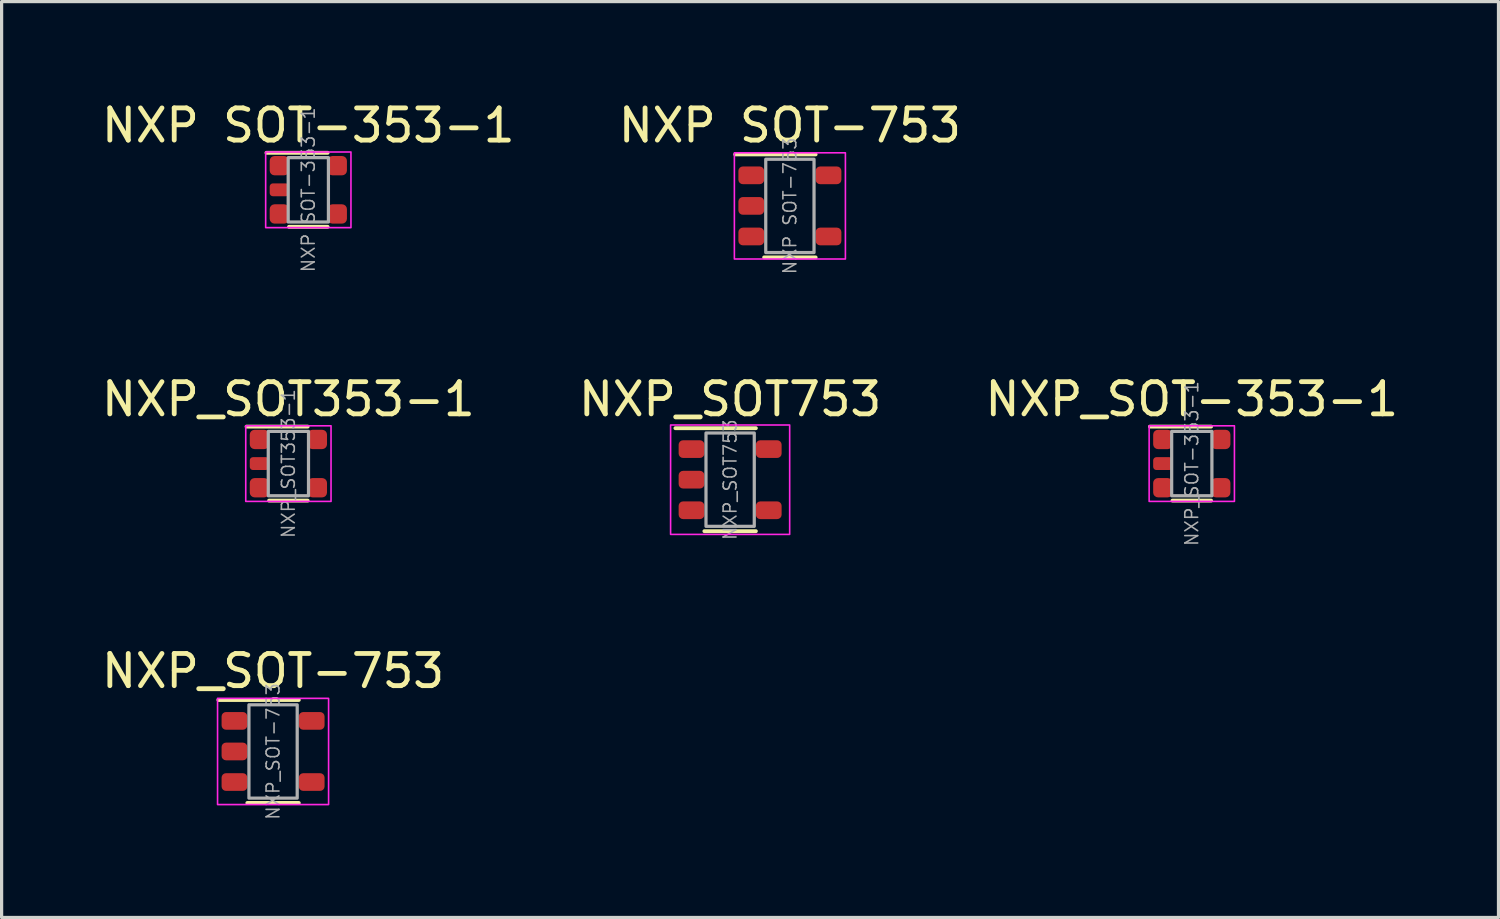
<source format=kicad_pcb>
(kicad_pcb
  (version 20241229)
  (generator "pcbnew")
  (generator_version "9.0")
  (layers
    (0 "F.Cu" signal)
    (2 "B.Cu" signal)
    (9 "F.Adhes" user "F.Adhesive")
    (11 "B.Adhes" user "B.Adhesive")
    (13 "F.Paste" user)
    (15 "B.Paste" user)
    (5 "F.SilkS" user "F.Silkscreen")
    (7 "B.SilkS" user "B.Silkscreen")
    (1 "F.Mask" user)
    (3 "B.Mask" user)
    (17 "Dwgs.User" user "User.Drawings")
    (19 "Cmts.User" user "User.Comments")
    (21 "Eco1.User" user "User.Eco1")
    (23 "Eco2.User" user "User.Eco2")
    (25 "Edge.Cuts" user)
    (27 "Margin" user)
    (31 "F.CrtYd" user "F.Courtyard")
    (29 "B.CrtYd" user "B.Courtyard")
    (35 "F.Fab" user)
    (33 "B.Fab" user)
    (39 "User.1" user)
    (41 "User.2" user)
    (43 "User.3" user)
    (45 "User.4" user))
  (footprint "NXP_SOT353-1"
    (layer "F.Cu")
    (at 5.911 11.355)
    (property "Reference" "NXP_SOT353-1" (at 0 -2 0) (unlocked yes) (layer "F.SilkS") (effects (font (size 1 1) (thickness 0.15))))
    (attr smd)
    (fp_line (start -0.6 1.15) (end 0.6 1.15) (stroke (width 0.12) (type solid)) (layer "F.SilkS"))
    (fp_line (start 0.6 -1.15) (end -1.3 -1.15) (stroke (width 0.12) (type solid)) (layer "F.SilkS"))
    (fp_rect (start 1.325 1.175) (end -1.325 -1.175) (stroke (width 0.05) (type solid)) (fill no) (layer "F.CrtYd"))
    (fp_rect (start -0.625 -1) (end 0.625 1) (stroke (width 0.1) (type solid)) (fill no) (layer "F.Fab"))
    (fp_text user "${REFERENCE}" (at 0 0 90) (unlocked yes) (layer "F.Fab") (effects (font (size 0.4 0.4) (thickness 0.05))))
    (pad "1" smd roundrect (at -0.9 -0.75 180) (size 0.6 0.6) (layers "F.Cu" "F.Mask" "F.Paste") (roundrect_rratio 0.25))
    (pad "2" smd roundrect (at -0.9 0 180) (size 0.6 0.4) (layers "F.Cu" "F.Mask" "F.Paste") (roundrect_rratio 0.25))
    (pad "3" smd roundrect (at -0.9 0.75 180) (size 0.6 0.6) (layers "F.Cu" "F.Mask" "F.Paste") (roundrect_rratio 0.25))
    (pad "4" smd roundrect (at 0.9 0.75 180) (size 0.6 0.6) (layers "F.Cu" "F.Mask" "F.Paste") (roundrect_rratio 0.25))
    (pad "5" smd roundrect (at 0.9 -0.75 180) (size 0.6 0.6) (layers "F.Cu" "F.Mask" "F.Paste") (roundrect_rratio 0.25)))
  (footprint "NXP SOT-353-1"
    (layer "F.Cu")
    (at 6.53 2.848)
    (property "Reference" "NXP SOT-353-1" (at 0 -2 0) (unlocked yes) (layer "F.SilkS") (effects (font (size 1 1) (thickness 0.15))))
    (attr smd)
    (fp_line (start -0.6 1.15) (end 0.6 1.15) (stroke (width 0.12) (type solid)) (layer "F.SilkS"))
    (fp_line (start 0.6 -1.15) (end -1.3 -1.15) (stroke (width 0.12) (type solid)) (layer "F.SilkS"))
    (fp_rect (start 1.325 1.175) (end -1.325 -1.175) (stroke (width 0.05) (type solid)) (fill no) (layer "F.CrtYd"))
    (fp_rect (start -0.625 -1) (end 0.625 1) (stroke (width 0.1) (type solid)) (fill no) (layer "F.Fab"))
    (fp_text user "${REFERENCE}" (at 0 0 90) (unlocked yes) (layer "F.Fab") (effects (font (size 0.4 0.4) (thickness 0.05))))
    (pad "1" smd roundrect (at -0.9 -0.75 180) (size 0.6 0.6) (layers "F.Cu" "F.Mask" "F.Paste") (roundrect_rratio 0.25))
    (pad "2" smd roundrect (at -0.9 0 180) (size 0.6 0.4) (layers "F.Cu" "F.Mask" "F.Paste") (roundrect_rratio 0.25))
    (pad "3" smd roundrect (at -0.9 0.75 180) (size 0.6 0.6) (layers "F.Cu" "F.Mask" "F.Paste") (roundrect_rratio 0.25))
    (pad "4" smd roundrect (at 0.9 0.75 180) (size 0.6 0.6) (layers "F.Cu" "F.Mask" "F.Paste") (roundrect_rratio 0.25))
    (pad "5" smd roundrect (at 0.9 -0.75 180) (size 0.6 0.6) (layers "F.Cu" "F.Mask" "F.Paste") (roundrect_rratio 0.25)))
  (footprint "NXP SOT-753"
    (layer "F.Cu")
    (at 21.494 3.348)
    (property "Reference" "NXP SOT-753" (at 0 -2.5 0) (unlocked yes) (layer "F.SilkS") (effects (font (size 1 1) (thickness 0.15))))
    (attr smd)
    (fp_line (start 0.8 -1.6) (end -1.7 -1.6) (stroke (width 0.12) (type solid)) (layer "F.SilkS"))
    (fp_line (start 0.8 1.6) (end -0.8 1.6) (stroke (width 0.12) (type solid)) (layer "F.SilkS"))
    (fp_rect (start -1.725 -1.65) (end 1.725 1.65) (stroke (width 0.05) (type solid)) (fill no) (layer "F.CrtYd"))
    (fp_rect (start -0.75 1.45) (end 0.75 -1.45) (stroke (width 0.1) (type solid)) (fill no) (layer "F.Fab"))
    (fp_text user "${REFERENCE}" (at 0 0 90) (unlocked yes) (layer "F.Fab") (effects (font (size 0.4 0.4) (thickness 0.05))))
    (pad "1" smd roundrect (at -1.2 -0.95) (size 0.8 0.55) (layers "F.Cu" "F.Mask" "F.Paste") (roundrect_rratio 0.25))
    (pad "2" smd roundrect (at -1.2 0) (size 0.8 0.55) (layers "F.Cu" "F.Mask" "F.Paste") (roundrect_rratio 0.25))
    (pad "3" smd roundrect (at -1.2 0.95) (size 0.8 0.55) (layers "F.Cu" "F.Mask" "F.Paste") (roundrect_rratio 0.25))
    (pad "4" smd roundrect (at 1.2 0.95) (size 0.8 0.55) (layers "F.Cu" "F.Mask" "F.Paste") (roundrect_rratio 0.25))
    (pad "5" smd roundrect (at 1.2 -0.95) (size 0.8 0.55) (layers "F.Cu" "F.Mask" "F.Paste") (roundrect_rratio 0.25)))
  (footprint "NXP_SOT753"
    (layer "F.Cu")
    (at 19.637 11.855)
    (property "Reference" "NXP_SOT753" (at 0 -2.5 0) (unlocked yes) (layer "F.SilkS") (effects (font (size 1 1) (thickness 0.15))))
    (attr smd)
    (fp_line (start 0.8 -1.6) (end -1.7 -1.6) (stroke (width 0.12) (type solid)) (layer "F.SilkS"))
    (fp_line (start 0.8 1.6) (end -0.8 1.6) (stroke (width 0.12) (type solid)) (layer "F.SilkS"))
    (fp_rect (start -1.85 -1.7) (end 1.85 1.7) (stroke (width 0.05) (type solid)) (fill no) (layer "F.CrtYd"))
    (fp_rect (start -0.75 1.45) (end 0.75 -1.45) (stroke (width 0.1) (type solid)) (fill no) (layer "F.Fab"))
    (fp_text user "${REFERENCE}" (at 0 0 90) (unlocked yes) (layer "F.Fab") (effects (font (size 0.4 0.4) (thickness 0.05))))
    (pad "1" smd roundrect (at -1.2 -0.95) (size 0.8 0.55) (layers "F.Cu" "F.Mask" "F.Paste") (roundrect_rratio 0.25))
    (pad "2" smd roundrect (at -1.2 0) (size 0.8 0.55) (layers "F.Cu" "F.Mask" "F.Paste") (roundrect_rratio 0.25))
    (pad "3" smd roundrect (at -1.2 0.95) (size 0.8 0.55) (layers "F.Cu" "F.Mask" "F.Paste") (roundrect_rratio 0.25))
    (pad "4" smd roundrect (at 1.2 0.95) (size 0.8 0.55) (layers "F.Cu" "F.Mask" "F.Paste") (roundrect_rratio 0.25))
    (pad "5" smd roundrect (at 1.2 -0.95) (size 0.8 0.55) (layers "F.Cu" "F.Mask" "F.Paste") (roundrect_rratio 0.25)))
  (footprint "NXP_SOT-753"
    (layer "F.Cu")
    (at 5.435 20.3)
    (property "Reference" "NXP_SOT-753" (at 0 -2.5 0) (unlocked yes) (layer "F.SilkS") (effects (font (size 1 1) (thickness 0.15))))
    (attr smd)
    (fp_line (start 0.8 -1.6) (end -1.7 -1.6) (stroke (width 0.12) (type solid)) (layer "F.SilkS"))
    (fp_line (start 0.8 1.6) (end -0.8 1.6) (stroke (width 0.12) (type solid)) (layer "F.SilkS"))
    (fp_rect (start -1.725 -1.65) (end 1.725 1.65) (stroke (width 0.05) (type solid)) (fill no) (layer "F.CrtYd"))
    (fp_rect (start -0.75 1.45) (end 0.75 -1.45) (stroke (width 0.1) (type solid)) (fill no) (layer "F.Fab"))
    (fp_text user "${REFERENCE}" (at 0 0 90) (unlocked yes) (layer "F.Fab") (effects (font (size 0.4 0.4) (thickness 0.05))))
    (pad "1" smd roundrect (at -1.2 -0.95) (size 0.8 0.55) (layers "F.Cu" "F.Mask" "F.Paste") (roundrect_rratio 0.25))
    (pad "2" smd roundrect (at -1.2 0) (size 0.8 0.55) (layers "F.Cu" "F.Mask" "F.Paste") (roundrect_rratio 0.25))
    (pad "3" smd roundrect (at -1.2 0.95) (size 0.8 0.55) (layers "F.Cu" "F.Mask" "F.Paste") (roundrect_rratio 0.25))
    (pad "4" smd roundrect (at 1.2 0.95) (size 0.8 0.55) (layers "F.Cu" "F.Mask" "F.Paste") (roundrect_rratio 0.25))
    (pad "5" smd roundrect (at 1.2 -0.95) (size 0.8 0.55) (layers "F.Cu" "F.Mask" "F.Paste") (roundrect_rratio 0.25)))
  (footprint "NXP_SOT-353-1"
    (layer "F.Cu")
    (at 33.982 11.355)
    (property "Reference" "NXP_SOT-353-1" (at 0 -2 0) (unlocked yes) (layer "F.SilkS") (effects (font (size 1 1) (thickness 0.15))))
    (attr smd)
    (fp_line (start -0.6 1.15) (end 0.6 1.15) (stroke (width 0.12) (type solid)) (layer "F.SilkS"))
    (fp_line (start 0.6 -1.15) (end -1.3 -1.15) (stroke (width 0.12) (type solid)) (layer "F.SilkS"))
    (fp_rect (start 1.325 1.175) (end -1.325 -1.175) (stroke (width 0.05) (type solid)) (fill no) (layer "F.CrtYd"))
    (fp_rect (start -0.625 -1) (end 0.625 1) (stroke (width 0.1) (type solid)) (fill no) (layer "F.Fab"))
    (fp_text user "${REFERENCE}" (at 0 0 90) (unlocked yes) (layer "F.Fab") (effects (font (size 0.4 0.4) (thickness 0.05))))
    (pad "1" smd roundrect (at -0.9 -0.75 180) (size 0.6 0.6) (layers "F.Cu" "F.Mask" "F.Paste") (roundrect_rratio 0.25))
    (pad "2" smd roundrect (at -0.9 0 180) (size 0.6 0.4) (layers "F.Cu" "F.Mask" "F.Paste") (roundrect_rratio 0.25))
    (pad "3" smd roundrect (at -0.9 0.75 180) (size 0.6 0.6) (layers "F.Cu" "F.Mask" "F.Paste") (roundrect_rratio 0.25))
    (pad "4" smd roundrect (at 0.9 0.75 180) (size 0.6 0.6) (layers "F.Cu" "F.Mask" "F.Paste") (roundrect_rratio 0.25))
    (pad "5" smd roundrect (at 0.9 -0.75 180) (size 0.6 0.6) (layers "F.Cu" "F.Mask" "F.Paste") (roundrect_rratio 0.25)))
  (gr_rect
    (start -3 -3)
    (end 43.512 25.459)
    (stroke (width 0.1) (type default))
    (fill no)
    (layer "Edge.Cuts")))
</source>
